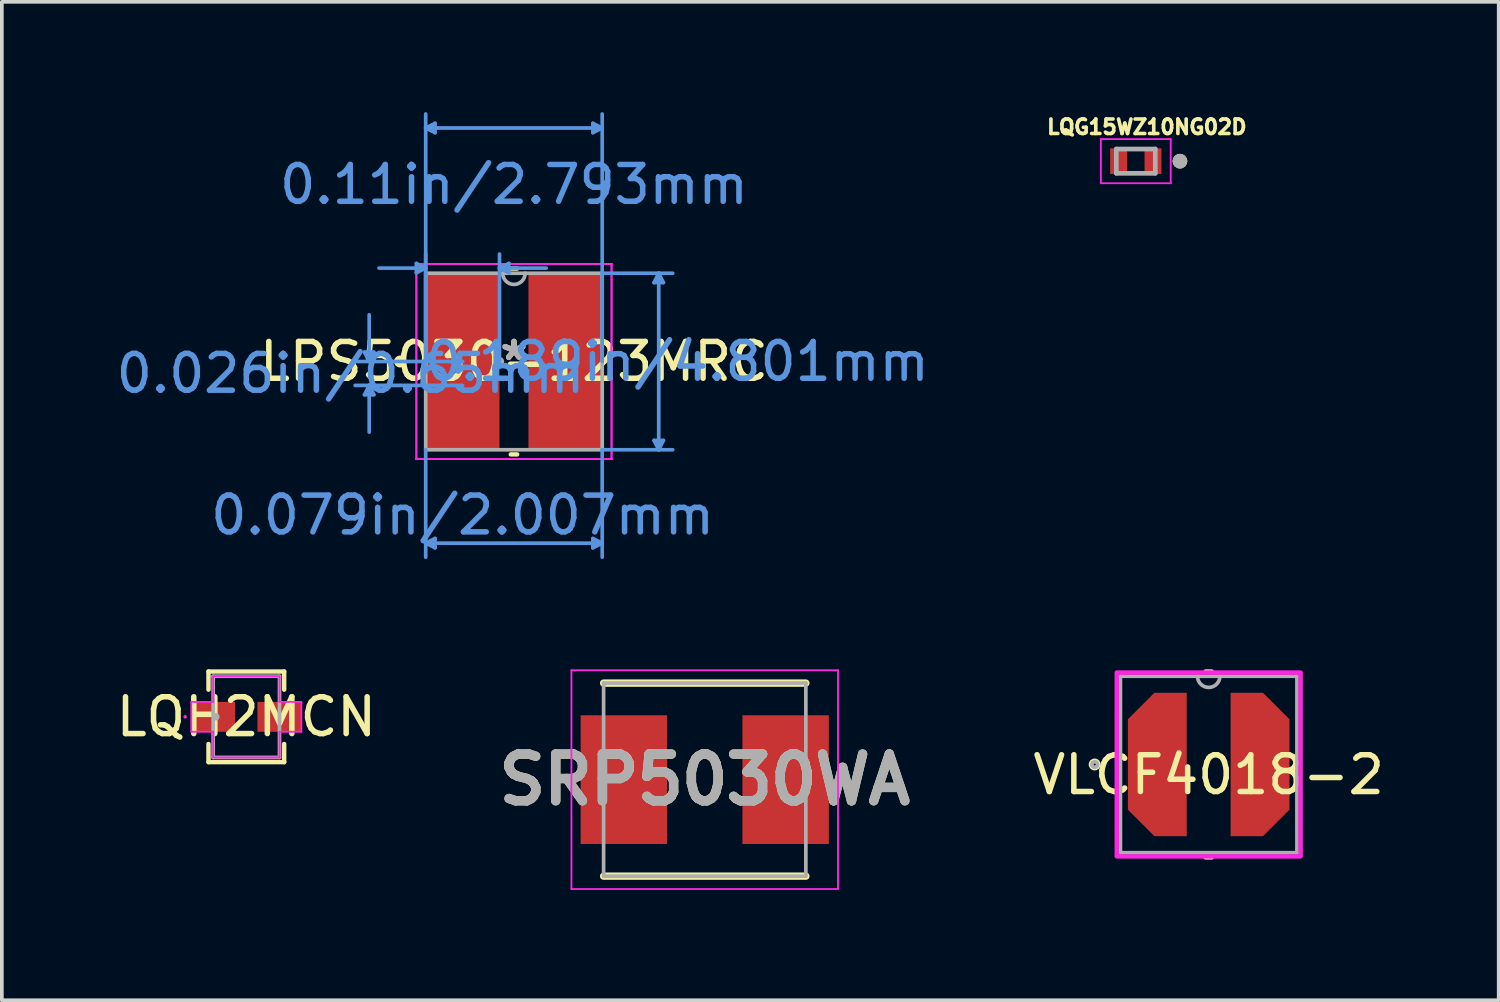
<source format=kicad_pcb>
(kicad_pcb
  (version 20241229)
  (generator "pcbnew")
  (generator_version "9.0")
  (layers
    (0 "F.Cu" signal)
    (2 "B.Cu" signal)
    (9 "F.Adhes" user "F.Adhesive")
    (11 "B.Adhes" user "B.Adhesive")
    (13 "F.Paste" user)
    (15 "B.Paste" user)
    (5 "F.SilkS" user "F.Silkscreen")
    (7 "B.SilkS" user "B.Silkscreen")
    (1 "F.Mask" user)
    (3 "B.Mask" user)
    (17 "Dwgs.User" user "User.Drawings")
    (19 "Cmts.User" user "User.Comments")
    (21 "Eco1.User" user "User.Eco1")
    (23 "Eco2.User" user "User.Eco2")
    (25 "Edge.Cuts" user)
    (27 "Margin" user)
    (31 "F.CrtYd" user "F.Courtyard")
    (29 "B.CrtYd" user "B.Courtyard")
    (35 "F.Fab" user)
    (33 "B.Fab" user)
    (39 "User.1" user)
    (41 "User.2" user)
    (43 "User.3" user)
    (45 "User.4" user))
  (footprint "LPS5030-123MRC"
    (layer "F.Cu")
    (at 10.927 6.781)
    (property "Reference" "LPS5030-123MRC" (at 0 0 0) (layer "F.SilkS") (effects (font (size 1 1) (thickness 0.15))))
    (attr through_hole)
    (fp_line (start -0.086 2.527) (end 0.086 2.527) (stroke (width 0.12) (type solid)) (layer "F.SilkS"))
    (fp_line (start 0.086 -2.527) (end -0.086 -2.527) (stroke (width 0.12) (type solid)) (layer "F.SilkS"))
    (fp_circle (center -3.101 0) (end -2.999 0) (stroke (width 0.12) (type solid)) (fill no) (layer "F.SilkS"))
    (fp_line (start -4.064 -0.254) (end -3.81 -0.254) (stroke (width 0.1) (type solid)) (layer "Cmts.User"))
    (fp_line (start -4.064 0.904) (end -3.81 0.904) (stroke (width 0.1) (type solid)) (layer "Cmts.User"))
    (fp_line (start -3.937 0) (end -4.064 -0.254) (stroke (width 0.1) (type solid)) (layer "Cmts.User"))
    (fp_line (start -3.937 0) (end -3.937 -1.27) (stroke (width 0.1) (type solid)) (layer "Cmts.User"))
    (fp_line (start -3.937 0) (end -3.81 -0.254) (stroke (width 0.1) (type solid)) (layer "Cmts.User"))
    (fp_line (start -3.937 0.65) (end -4.064 0.904) (stroke (width 0.1) (type solid)) (layer "Cmts.User"))
    (fp_line (start -3.937 0.65) (end -3.937 1.92) (stroke (width 0.1) (type solid)) (layer "Cmts.User"))
    (fp_line (start -3.937 0.65) (end -3.81 0.904) (stroke (width 0.1) (type solid)) (layer "Cmts.User"))
    (fp_line (start -2.654 -2.667) (end -2.654 -2.413) (stroke (width 0.1) (type solid)) (layer "Cmts.User"))
    (fp_line (start -2.4 2.4) (end -2.4 5.321) (stroke (width 0.1) (type solid)) (layer "Cmts.User"))
    (fp_line (start -2.4 4.94) (end -2.146 4.813) (stroke (width 0.1) (type solid)) (layer "Cmts.User"))
    (fp_line (start -2.4 4.94) (end -2.146 5.067) (stroke (width 0.1) (type solid)) (layer "Cmts.User"))
    (fp_line (start -2.4 4.94) (end 2.4 4.94) (stroke (width 0.1) (type solid)) (layer "Cmts.User"))
    (fp_line (start -2.4 -6.35) (end -2.146 -6.477) (stroke (width 0.1) (type solid)) (layer "Cmts.User"))
    (fp_line (start -2.4 -6.35) (end -2.146 -6.223) (stroke (width 0.1) (type solid)) (layer "Cmts.User"))
    (fp_line (start -2.4 -6.35) (end 2.4 -6.35) (stroke (width 0.1) (type solid)) (layer "Cmts.User"))
    (fp_line (start -2.4 -2.54) (end -3.67 -2.54) (stroke (width 0.1) (type solid)) (layer "Cmts.User"))
    (fp_line (start -2.4 -2.54) (end -2.654 -2.667) (stroke (width 0.1) (type solid)) (layer "Cmts.User"))
    (fp_line (start -2.4 -2.54) (end -2.654 -2.413) (stroke (width 0.1) (type solid)) (layer "Cmts.User"))
    (fp_line (start -2.4 0) (end -2.4 -6.731) (stroke (width 0.1) (type solid)) (layer "Cmts.User"))
    (fp_line (start -2.4 0) (end -2.4 -2.921) (stroke (width 0.1) (type solid)) (layer "Cmts.User"))
    (fp_line (start -2.146 4.813) (end -2.146 5.067) (stroke (width 0.1) (type solid)) (layer "Cmts.User"))
    (fp_line (start -2.146 -6.477) (end -2.146 -6.223) (stroke (width 0.1) (type solid)) (layer "Cmts.User"))
    (fp_line (start -1.397 0) (end -4.318 0) (stroke (width 0.1) (type solid)) (layer "Cmts.User"))
    (fp_line (start -1.397 0.65) (end -4.318 0.65) (stroke (width 0.1) (type solid)) (layer "Cmts.User"))
    (fp_line (start -0.393 -2.54) (end -0.139 -2.667) (stroke (width 0.1) (type solid)) (layer "Cmts.User"))
    (fp_line (start -0.393 -2.54) (end -0.139 -2.413) (stroke (width 0.1) (type solid)) (layer "Cmts.User"))
    (fp_line (start -0.393 -2.54) (end 0.877 -2.54) (stroke (width 0.1) (type solid)) (layer "Cmts.User"))
    (fp_line (start -0.393 0) (end -0.393 -2.921) (stroke (width 0.1) (type solid)) (layer "Cmts.User"))
    (fp_line (start -0.139 -2.667) (end -0.139 -2.413) (stroke (width 0.1) (type solid)) (layer "Cmts.User"))
    (fp_line (start 2.146 -6.477) (end 2.146 -6.223) (stroke (width 0.1) (type solid)) (layer "Cmts.User"))
    (fp_line (start 2.146 4.813) (end 2.146 5.067) (stroke (width 0.1) (type solid)) (layer "Cmts.User"))
    (fp_line (start 2.4 -6.35) (end 2.146 -6.477) (stroke (width 0.1) (type solid)) (layer "Cmts.User"))
    (fp_line (start 2.4 -6.35) (end 2.146 -6.223) (stroke (width 0.1) (type solid)) (layer "Cmts.User"))
    (fp_line (start 2.4 0) (end 2.4 -6.731) (stroke (width 0.1) (type solid)) (layer "Cmts.User"))
    (fp_line (start 2.4 -2.4) (end 4.318 -2.4) (stroke (width 0.1) (type solid)) (layer "Cmts.User"))
    (fp_line (start 2.4 2.4) (end 2.4 5.321) (stroke (width 0.1) (type solid)) (layer "Cmts.User"))
    (fp_line (start 2.4 2.4) (end 4.318 2.4) (stroke (width 0.1) (type solid)) (layer "Cmts.User"))
    (fp_line (start 2.4 4.94) (end 2.146 4.813) (stroke (width 0.1) (type solid)) (layer "Cmts.User"))
    (fp_line (start 2.4 4.94) (end 2.146 5.067) (stroke (width 0.1) (type solid)) (layer "Cmts.User"))
    (fp_line (start 3.81 -2.146) (end 4.064 -2.146) (stroke (width 0.1) (type solid)) (layer "Cmts.User"))
    (fp_line (start 3.81 2.146) (end 4.064 2.146) (stroke (width 0.1) (type solid)) (layer "Cmts.User"))
    (fp_line (start 3.937 -2.4) (end 3.81 -2.146) (stroke (width 0.1) (type solid)) (layer "Cmts.User"))
    (fp_line (start 3.937 -2.4) (end 3.937 2.4) (stroke (width 0.1) (type solid)) (layer "Cmts.User"))
    (fp_line (start 3.937 -2.4) (end 4.064 -2.146) (stroke (width 0.1) (type solid)) (layer "Cmts.User"))
    (fp_line (start 3.937 2.4) (end 3.81 2.146) (stroke (width 0.1) (type solid)) (layer "Cmts.User"))
    (fp_line (start 3.937 2.4) (end 4.064 2.146) (stroke (width 0.1) (type solid)) (layer "Cmts.User"))
    (fp_line (start -2.654 -2.654) (end -2.654 -2.654) (stroke (width 0.05) (type solid)) (layer "F.CrtYd"))
    (fp_line (start -2.654 -2.654) (end -2.654 -2.654) (stroke (width 0.05) (type solid)) (layer "F.CrtYd"))
    (fp_line (start -2.654 -2.654) (end -2.654 -2.654) (stroke (width 0.05) (type solid)) (layer "F.CrtYd"))
    (fp_line (start -2.654 -2.654) (end -2.654 -2.654) (stroke (width 0.05) (type solid)) (layer "F.CrtYd"))
    (fp_line (start -2.654 -2.654) (end 2.654 -2.654) (stroke (width 0.05) (type solid)) (layer "F.CrtYd"))
    (fp_line (start -2.654 -2.654) (end 2.654 -2.654) (stroke (width 0.05) (type solid)) (layer "F.CrtYd"))
    (fp_line (start -2.654 2.654) (end -2.654 -2.654) (stroke (width 0.05) (type solid)) (layer "F.CrtYd"))
    (fp_line (start -2.654 2.654) (end -2.654 -2.654) (stroke (width 0.05) (type solid)) (layer "F.CrtYd"))
    (fp_line (start -2.654 2.654) (end -2.654 2.654) (stroke (width 0.05) (type solid)) (layer "F.CrtYd"))
    (fp_line (start -2.654 2.654) (end -2.654 2.654) (stroke (width 0.05) (type solid)) (layer "F.CrtYd"))
    (fp_line (start -2.654 2.654) (end -2.654 2.654) (stroke (width 0.05) (type solid)) (layer "F.CrtYd"))
    (fp_line (start -2.654 2.654) (end -2.654 2.654) (stroke (width 0.05) (type solid)) (layer "F.CrtYd"))
    (fp_line (start 2.654 -2.654) (end 2.654 -2.654) (stroke (width 0.05) (type solid)) (layer "F.CrtYd"))
    (fp_line (start 2.654 -2.654) (end 2.654 -2.654) (stroke (width 0.05) (type solid)) (layer "F.CrtYd"))
    (fp_line (start 2.654 -2.654) (end 2.654 -2.654) (stroke (width 0.05) (type solid)) (layer "F.CrtYd"))
    (fp_line (start 2.654 -2.654) (end 2.654 -2.654) (stroke (width 0.05) (type solid)) (layer "F.CrtYd"))
    (fp_line (start 2.654 -2.654) (end 2.654 2.654) (stroke (width 0.05) (type solid)) (layer "F.CrtYd"))
    (fp_line (start 2.654 -2.654) (end 2.654 2.654) (stroke (width 0.05) (type solid)) (layer "F.CrtYd"))
    (fp_line (start 2.654 2.654) (end -2.654 2.654) (stroke (width 0.05) (type solid)) (layer "F.CrtYd"))
    (fp_line (start 2.654 2.654) (end -2.654 2.654) (stroke (width 0.05) (type solid)) (layer "F.CrtYd"))
    (fp_line (start 2.654 2.654) (end 2.654 2.654) (stroke (width 0.05) (type solid)) (layer "F.CrtYd"))
    (fp_line (start 2.654 2.654) (end 2.654 2.654) (stroke (width 0.05) (type solid)) (layer "F.CrtYd"))
    (fp_line (start 2.654 2.654) (end 2.654 2.654) (stroke (width 0.05) (type solid)) (layer "F.CrtYd"))
    (fp_line (start 2.654 2.654) (end 2.654 2.654) (stroke (width 0.05) (type solid)) (layer "F.CrtYd"))
    (fp_line (start -2.4 -2.4) (end -2.4 2.4) (stroke (width 0.1) (type solid)) (layer "F.Fab"))
    (fp_line (start -2.4 2.4) (end 2.4 2.4) (stroke (width 0.1) (type solid)) (layer "F.Fab"))
    (fp_line (start 2.4 -2.4) (end -2.4 -2.4) (stroke (width 0.1) (type solid)) (layer "F.Fab"))
    (fp_line (start 2.4 2.4) (end 2.4 -2.4) (stroke (width 0.1) (type solid)) (layer "F.Fab"))
    (fp_arc (start 0.3048 -2.4003) (mid 0 -2.0955) (end -0.3048 -2.4003) (stroke (width 0.1) (type solid)) (layer "F.Fab"))
    (fp_circle (center -0.393 0) (end -0.317 0) (stroke (width 0.1) (type solid)) (fill no) (layer "F.Fab"))
    (fp_text user "*" (at 0 0 0) (layer "F.SilkS") (effects (font (size 1 1) (thickness 0.15))))
    (fp_text user "0.189in/4.801mm" (at 4.445 0 0) (layer "Cmts.User") (effects (font (size 1 1) (thickness 0.15))))
    (fp_text user "0.079in/2.007mm" (at -1.397 4.178 0) (layer "Cmts.User") (effects (font (size 1 1) (thickness 0.15))))
    (fp_text user "Copyright 2021 Accelerated Designs. All rights reserved." (at 0 0 0) (layer "Cmts.User") (effects (font (size 0.127 0.127) (thickness 0.002))))
    (fp_text user "0.026in/0.65mm" (at -4.445 0.325 0) (layer "Cmts.User") (effects (font (size 1 1) (thickness 0.15))))
    (fp_text user "0.11in/2.793mm" (at 0 -4.813 0) (layer "Cmts.User") (effects (font (size 1 1) (thickness 0.15))))
    (fp_text user "*" (at 0 0 0) (layer "F.Fab") (effects (font (size 1 1) (thickness 0.15))))
    (pad "1" smd rect (at -1.397 0) (size 2.007 4.801) (layers "F.Cu" "F.Mask" "F.Paste"))
    (pad "2" smd rect (at 1.397 0) (size 2.007 4.801) (layers "F.Cu" "F.Mask" "F.Paste")))
  (footprint "LQH2MCN"
    (layer "F.Cu")
    (at 3.649 16.444)
    (property "Reference" "LQH2MCN" (at 0 0 0) (layer "F.SilkS") (effects (font (size 1 1) (thickness 0.15))))
    (attr smd)
    (fp_line (start -1.029 -1.232) (end -1.029 -0.739) (stroke (width 0.12) (type solid)) (layer "F.SilkS"))
    (fp_line (start -1.029 0.739) (end -1.029 1.232) (stroke (width 0.12) (type solid)) (layer "F.SilkS"))
    (fp_line (start -1.029 1.232) (end 1.029 1.232) (stroke (width 0.12) (type solid)) (layer "F.SilkS"))
    (fp_line (start 1.029 -1.232) (end -1.029 -1.232) (stroke (width 0.12) (type solid)) (layer "F.SilkS"))
    (fp_line (start 1.029 -0.739) (end 1.029 -1.232) (stroke (width 0.12) (type solid)) (layer "F.SilkS"))
    (fp_line (start 1.029 1.232) (end 1.029 0.739) (stroke (width 0.12) (type solid)) (layer "F.SilkS"))
    (fp_line (start -1.497 -0.406) (end -0.902 -0.406) (stroke (width 0.05) (type solid)) (layer "F.CrtYd"))
    (fp_line (start -1.497 0.406) (end -1.497 -0.406) (stroke (width 0.05) (type solid)) (layer "F.CrtYd"))
    (fp_line (start -0.902 -1.105) (end 0.902 -1.105) (stroke (width 0.05) (type solid)) (layer "F.CrtYd"))
    (fp_line (start -0.902 -0.406) (end -0.902 -1.105) (stroke (width 0.05) (type solid)) (layer "F.CrtYd"))
    (fp_line (start -0.902 0.406) (end -1.497 0.406) (stroke (width 0.05) (type solid)) (layer "F.CrtYd"))
    (fp_line (start -0.902 1.105) (end -0.902 0.406) (stroke (width 0.05) (type solid)) (layer "F.CrtYd"))
    (fp_line (start 0.902 -1.105) (end 0.902 -0.406) (stroke (width 0.05) (type solid)) (layer "F.CrtYd"))
    (fp_line (start 0.902 -0.406) (end 1.497 -0.406) (stroke (width 0.05) (type solid)) (layer "F.CrtYd"))
    (fp_line (start 0.902 0.406) (end 0.902 1.105) (stroke (width 0.05) (type solid)) (layer "F.CrtYd"))
    (fp_line (start 0.902 1.105) (end -0.902 1.105) (stroke (width 0.05) (type solid)) (layer "F.CrtYd"))
    (fp_line (start 1.497 -0.406) (end 1.497 0.406) (stroke (width 0.05) (type solid)) (layer "F.CrtYd"))
    (fp_line (start 1.497 0.406) (end 0.902 0.406) (stroke (width 0.05) (type solid)) (layer "F.CrtYd"))
    (fp_circle (center -1.664 0) (end -1.664 0) (stroke (width 0.05) (type solid)) (fill no) (layer "F.CrtYd"))
    (fp_line (start -0.902 -1.105) (end -0.902 1.105) (stroke (width 0.1) (type solid)) (layer "F.Fab"))
    (fp_line (start -0.902 1.105) (end 0.902 1.105) (stroke (width 0.1) (type solid)) (layer "F.Fab"))
    (fp_line (start 0.902 -1.105) (end -0.902 -1.105) (stroke (width 0.1) (type solid)) (layer "F.Fab"))
    (fp_line (start 0.902 1.105) (end 0.902 -1.105) (stroke (width 0.1) (type solid)) (layer "F.Fab"))
    (fp_circle (center -0.826 0) (end -0.826 0) (stroke (width 0.1) (type solid)) (fill no) (layer "F.Fab"))
    (pad "1" smd rect (at -0.9 0) (size 1.194 0.813) (layers "F.Cu" "F.Mask" "F.Paste"))
    (pad "2" smd rect (at 0.9 0) (size 1.194 0.813) (layers "F.Cu" "F.Mask" "F.Paste")))
  (footprint "SRP5030WA"
    (layer "F.Cu")
    (at 16.115 18.152)
    (property "Reference" "SRP5030WA" (at 0 0 0) (layer "F.SilkS") (effects (font (size 1.27 1.27) (thickness 0.254))))
    (attr smd)
    (fp_line (start -2.75 2.625) (end 2.75 2.625) (stroke (width 0.2) (type solid)) (layer "F.SilkS"))
    (fp_line (start 2.75 -2.625) (end -2.75 -2.625) (stroke (width 0.2) (type solid)) (layer "F.SilkS"))
    (fp_line (start -3.625 -2.975) (end 3.625 -2.975) (stroke (width 0.05) (type solid)) (layer "F.CrtYd"))
    (fp_line (start -3.625 2.975) (end -3.625 -2.975) (stroke (width 0.05) (type solid)) (layer "F.CrtYd"))
    (fp_line (start 3.625 -2.975) (end 3.625 2.975) (stroke (width 0.05) (type solid)) (layer "F.CrtYd"))
    (fp_line (start 3.625 2.975) (end -3.625 2.975) (stroke (width 0.05) (type solid)) (layer "F.CrtYd"))
    (fp_line (start -2.75 -2.625) (end 2.75 -2.625) (stroke (width 0.1) (type solid)) (layer "F.Fab"))
    (fp_line (start -2.75 2.625) (end -2.75 -2.625) (stroke (width 0.1) (type solid)) (layer "F.Fab"))
    (fp_line (start 2.75 -2.625) (end 2.75 2.625) (stroke (width 0.1) (type solid)) (layer "F.Fab"))
    (fp_line (start 2.75 2.625) (end -2.75 2.625) (stroke (width 0.1) (type solid)) (layer "F.Fab"))
    (fp_text user "${REFERENCE}" (at 0 0 0) (layer "F.Fab") (effects (font (size 1.27 1.27) (thickness 0.254))))
    (pad "1" smd rect (at -2.2 0) (size 2.35 3.5) (layers "F.Cu" "F.Mask" "F.Paste"))
    (pad "2" smd rect (at 2.2 0) (size 2.35 3.5) (layers "F.Cu" "F.Mask" "F.Paste")))
  (footprint "LQG15WZ10NG02D"
    (layer "F.Cu")
    (at 27.838 1.333)
    (property "Reference" "LQG15WZ10NG02D" (at 0.3 -0.93 0) (layer "F.SilkS") (effects (font (size 0.394 0.394) (thickness 0.15))))
    (attr through_hole)
    (fp_circle (center 1.2 0) (end 1.3 0) (stroke (width 0.2) (type solid)) (fill no) (layer "F.SilkS"))
    (fp_line (start -0.95 -0.6) (end 0.95 -0.6) (stroke (width 0.05) (type solid)) (layer "F.CrtYd"))
    (fp_line (start -0.95 0.6) (end -0.95 -0.6) (stroke (width 0.05) (type solid)) (layer "F.CrtYd"))
    (fp_line (start -0.95 0.6) (end 0.95 0.6) (stroke (width 0.05) (type solid)) (layer "F.CrtYd"))
    (fp_line (start 0.95 0.6) (end 0.95 -0.6) (stroke (width 0.05) (type solid)) (layer "F.CrtYd"))
    (fp_line (start -0.53 0.33) (end -0.53 -0.33) (stroke (width 0.127) (type solid)) (layer "F.Fab"))
    (fp_line (start 0.53 -0.33) (end -0.53 -0.33) (stroke (width 0.127) (type solid)) (layer "F.Fab"))
    (fp_line (start 0.53 0.33) (end -0.53 0.33) (stroke (width 0.127) (type solid)) (layer "F.Fab"))
    (fp_line (start 0.53 0.33) (end 0.53 -0.33) (stroke (width 0.127) (type solid)) (layer "F.Fab"))
    (fp_circle (center 1.2 0) (end 1.3 0) (stroke (width 0.2) (type solid)) (fill no) (layer "F.Fab"))
    (pad "1" smd rect (at -0.468 0) (size 0.46 0.7) (layers "F.Cu" "F.Mask" "F.Paste"))
    (pad "2" smd rect (at 0.468 0) (size 0.46 0.7) (layers "F.Cu" "F.Mask" "F.Paste")))
  (footprint "VLCF4018-2"
    (layer "F.Cu")
    (at 29.82 17.74)
    (property "Reference" "VLCF4018-2" (at 0 0.28 0) (layer "F.SilkS") (effects (font (size 1 1) (thickness 0.15))))
    (attr through_hole)
    (fp_line (start -0.086 2.527) (end 0.086 2.527) (stroke (width 0.12) (type solid)) (layer "F.SilkS"))
    (fp_line (start 0.086 -2.527) (end -0.086 -2.527) (stroke (width 0.12) (type solid)) (layer "F.SilkS"))
    (fp_circle (center -3.101 0) (end -2.999 0) (stroke (width 0.12) (type solid)) (fill no) (layer "F.SilkS"))
    (fp_rect (start -2.5 -2.5) (end 2.5 2.5) (stroke (width 0.12) (type solid)) (fill no) (layer "F.CrtYd"))
    (fp_line (start -2.4 -2.4) (end -2.4 2.4) (stroke (width 0.1) (type solid)) (layer "F.Fab"))
    (fp_line (start -2.4 2.4) (end 2.4 2.4) (stroke (width 0.1) (type solid)) (layer "F.Fab"))
    (fp_line (start 2.4 -2.4) (end -2.4 -2.4) (stroke (width 0.1) (type solid)) (layer "F.Fab"))
    (fp_line (start 2.4 2.4) (end 2.4 -2.4) (stroke (width 0.1) (type solid)) (layer "F.Fab"))
    (fp_arc (start 0.3048 -2.4003) (mid 0 -2.0955) (end -0.3048 -2.4003) (stroke (width 0.1) (type solid)) (layer "F.Fab"))
    (fp_circle (center -3.1 0) (end -3.024 0) (stroke (width 0.1) (type solid)) (fill no) (layer "F.Fab"))
    (pad "1" smd roundrect (at -1.397 0) (size 1.6 3.9) (layers "F.Cu" "F.Mask" "F.Paste") (roundrect_rratio 0) (chamfer_ratio 0.45) (chamfer top_left bottom_left))
    (pad "2" smd roundrect (at 1.397 0) (size 1.6 3.9) (layers "F.Cu" "F.Mask" "F.Paste") (roundrect_rratio 0) (chamfer_ratio 0.45) (chamfer top_right bottom_right)))
  (gr_rect
    (start -3 -3)
    (end 37.707 24.152)
    (stroke (width 0.1) (type default))
    (fill no)
    (layer "Edge.Cuts")))
</source>
